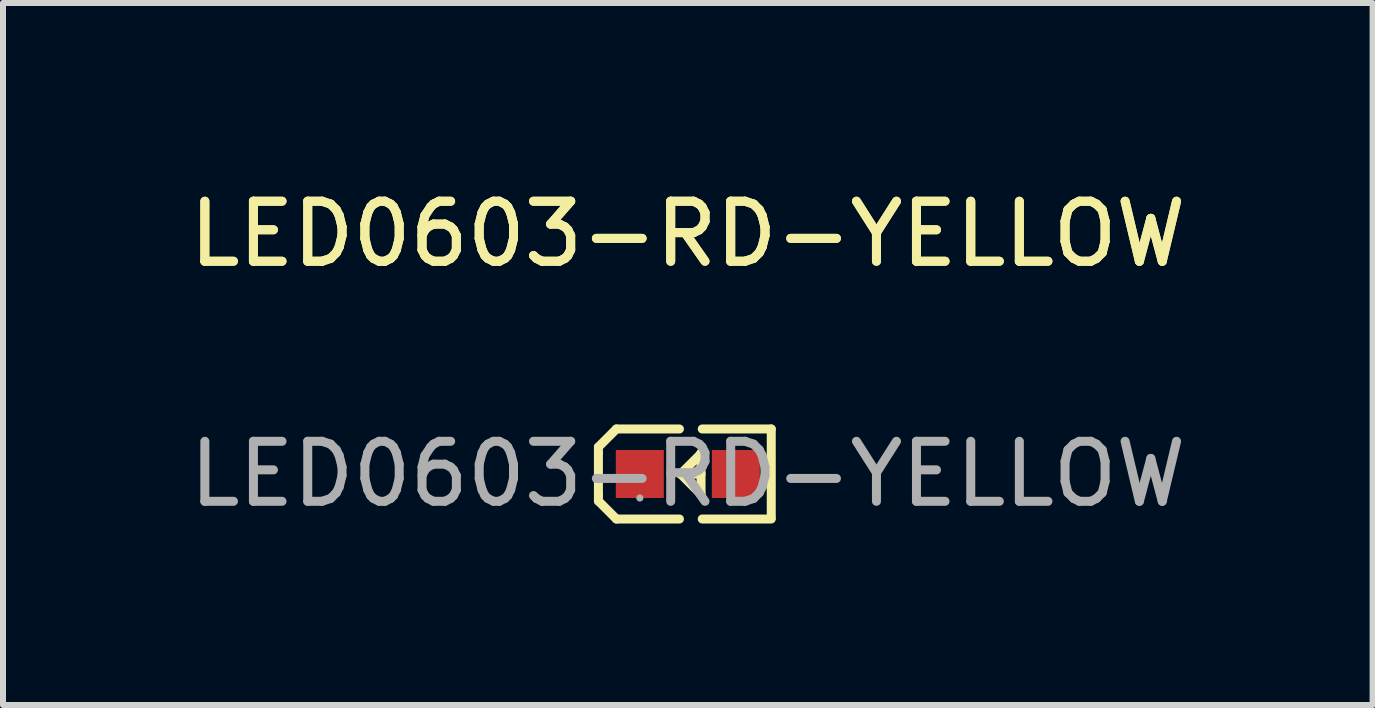
<source format=kicad_pcb>
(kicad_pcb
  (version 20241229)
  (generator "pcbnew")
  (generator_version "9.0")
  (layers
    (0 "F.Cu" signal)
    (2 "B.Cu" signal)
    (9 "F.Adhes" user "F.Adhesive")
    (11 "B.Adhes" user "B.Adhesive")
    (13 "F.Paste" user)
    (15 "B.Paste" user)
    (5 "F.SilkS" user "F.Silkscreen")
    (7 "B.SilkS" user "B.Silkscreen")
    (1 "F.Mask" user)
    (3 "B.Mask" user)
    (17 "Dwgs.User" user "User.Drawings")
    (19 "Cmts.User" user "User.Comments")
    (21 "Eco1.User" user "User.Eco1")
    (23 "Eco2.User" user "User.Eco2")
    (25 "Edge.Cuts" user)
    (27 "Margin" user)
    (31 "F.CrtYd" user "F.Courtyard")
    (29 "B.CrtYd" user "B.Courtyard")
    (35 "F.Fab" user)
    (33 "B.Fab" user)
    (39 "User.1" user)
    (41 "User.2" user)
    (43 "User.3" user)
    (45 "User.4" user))
  (footprint "LED0603-RD-YELLOW"
    (layer "F.Cu")
    (at 8.411 4.848)
    (property "Reference" "LED0603-RD-YELLOW" (at 0 -4 0) (layer "F.SilkS") (effects (font (size 1 1) (thickness 0.15))))
    (attr smd)
    (fp_line (start -1.49 -0.45) (end -1.19 -0.75) (stroke (width 0.15) (type solid)) (layer "F.SilkS"))
    (fp_line (start -1.49 -0.35) (end -1.49 -0.45) (stroke (width 0.15) (type solid)) (layer "F.SilkS"))
    (fp_line (start -1.49 -0.35) (end -1.49 0.35) (stroke (width 0.15) (type solid)) (layer "F.SilkS"))
    (fp_line (start -1.49 0.35) (end -1.49 0.45) (stroke (width 0.15) (type solid)) (layer "F.SilkS"))
    (fp_line (start -1.49 0.45) (end -1.19 0.75) (stroke (width 0.15) (type solid)) (layer "F.SilkS"))
    (fp_line (start -0.14 -0.75) (end -1.19 -0.75) (stroke (width 0.15) (type solid)) (layer "F.SilkS"))
    (fp_line (start -0.14 0.75) (end -1.19 0.75) (stroke (width 0.15) (type solid)) (layer "F.SilkS"))
    (fp_line (start 0.21 0.33) (end -0.12 0) (stroke (width 0.15) (type solid)) (layer "F.SilkS"))
    (fp_line (start 0.22 -0.35) (end 0.22 -0.34) (stroke (width 0.15) (type solid)) (layer "F.SilkS"))
    (fp_line (start 0.22 -0.35) (end 0.22 0.33) (stroke (width 0.15) (type solid)) (layer "F.SilkS"))
    (fp_line (start 0.22 -0.34) (end -0.12 0) (stroke (width 0.15) (type solid)) (layer "F.SilkS"))
    (fp_line (start 0.22 0) (end -0.12 0) (stroke (width 0.15) (type solid)) (layer "F.SilkS"))
    (fp_line (start 0.22 0.33) (end 0.21 0.33) (stroke (width 0.15) (type solid)) (layer "F.SilkS"))
    (fp_line (start 0.24 -0.75) (end 1.39 -0.75) (stroke (width 0.15) (type solid)) (layer "F.SilkS"))
    (fp_line (start 0.24 0.75) (end 1.39 0.75) (stroke (width 0.15) (type solid)) (layer "F.SilkS"))
    (fp_line (start 1.39 -0.75) (end 1.39 0.73) (stroke (width 0.15) (type solid)) (layer "F.SilkS"))
    (fp_circle (center -0.8 0.4) (end -0.77 0.4) (stroke (width 0.06) (type solid)) (fill no) (layer "F.Fab"))
    (fp_text user "${REFERENCE}" (at 0 -4 0) (layer "F.SilkS") (effects (font (size 1 1) (thickness 0.15))))
    (fp_text user "${REFERENCE}" (at 0 0 0) (layer "F.Fab") (effects (font (size 1 1) (thickness 0.15))))
    (pad "1" smd rect (at -0.8 0 90) (size 0.8 0.8) (layers "F.Cu" "F.Mask" "F.Paste"))
    (pad "2" smd rect (at 0.8 0 90) (size 0.8 0.8) (layers "F.Cu" "F.Mask" "F.Paste")))
  (gr_rect
    (start -3 -3)
    (end 19.821 8.697)
    (stroke (width 0.1) (type default))
    (fill no)
    (layer "Edge.Cuts")))
</source>
